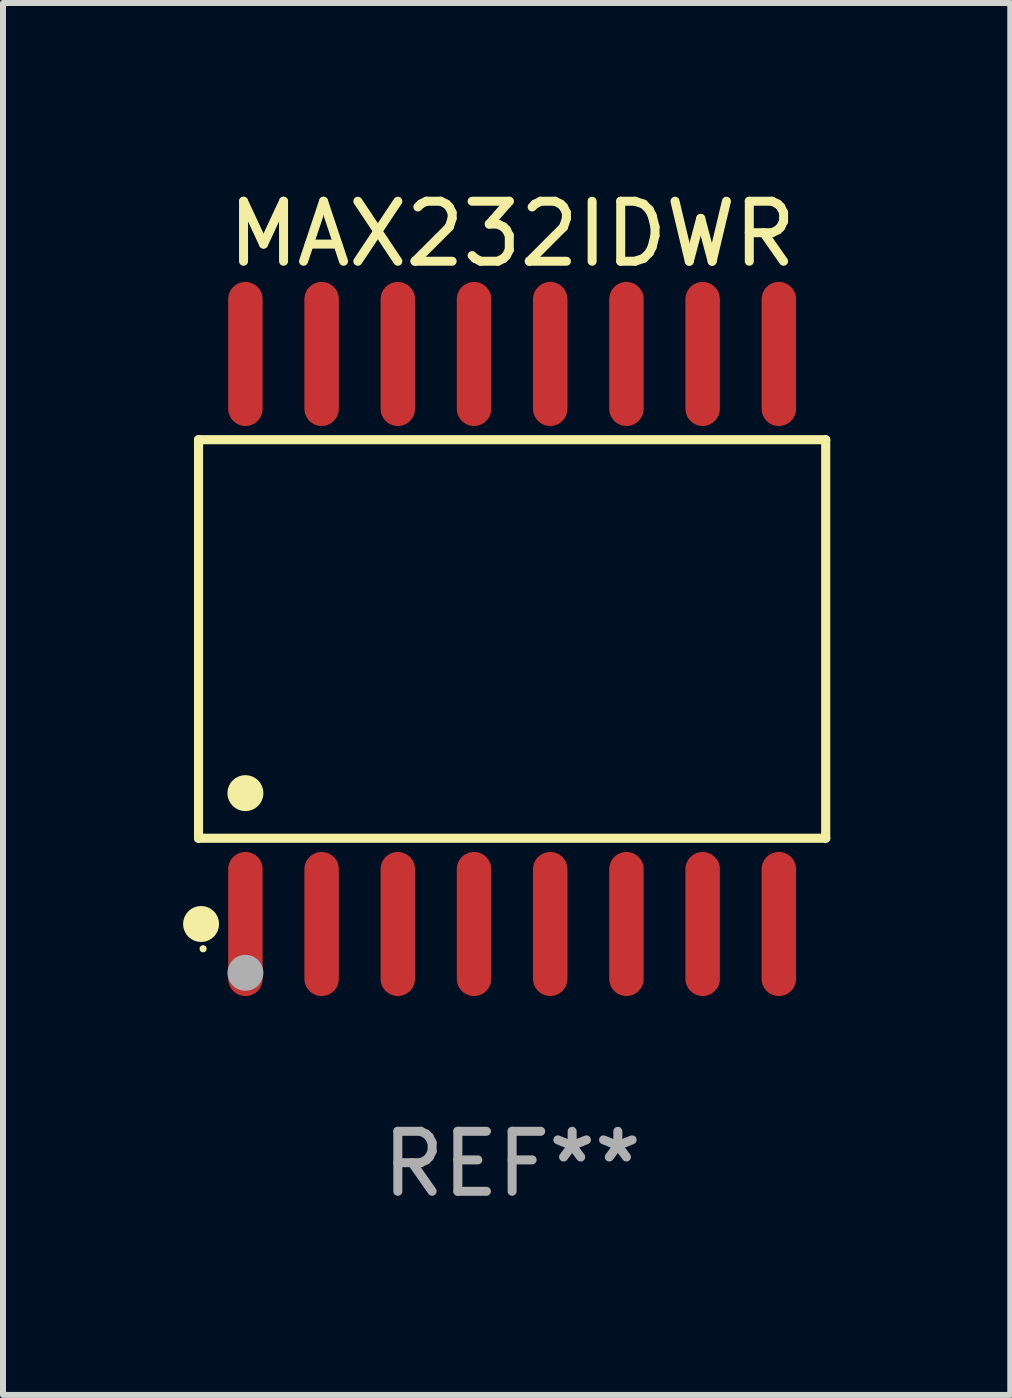
<source format=kicad_pcb>
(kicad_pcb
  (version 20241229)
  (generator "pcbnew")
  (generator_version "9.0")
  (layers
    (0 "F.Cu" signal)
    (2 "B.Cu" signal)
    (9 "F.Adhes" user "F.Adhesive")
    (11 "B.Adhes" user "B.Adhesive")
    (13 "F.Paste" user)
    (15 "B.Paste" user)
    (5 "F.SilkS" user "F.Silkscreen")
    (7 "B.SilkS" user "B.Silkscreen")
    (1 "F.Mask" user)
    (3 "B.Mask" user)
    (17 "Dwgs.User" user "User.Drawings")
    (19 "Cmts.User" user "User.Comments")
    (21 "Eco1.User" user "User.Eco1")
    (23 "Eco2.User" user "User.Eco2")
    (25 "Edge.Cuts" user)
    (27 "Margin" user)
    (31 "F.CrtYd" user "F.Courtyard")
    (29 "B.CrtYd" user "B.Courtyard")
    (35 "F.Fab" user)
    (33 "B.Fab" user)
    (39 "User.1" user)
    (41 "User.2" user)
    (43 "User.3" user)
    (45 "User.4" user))
  (footprint "MAX232IDWR"
    (layer "F.Cu")
    (at 5.485 7.599)
    (property "Reference" "MAX232IDWR" (at 0 -6.75 0) (layer "F.SilkS") (effects (font (size 1 1) (thickness 0.15))))
    (attr through_hole)
    (fp_line (start -5.226 -3.321) (end 5.226 -3.321) (stroke (width 0.152) (type solid)) (layer "F.SilkS"))
    (fp_line (start -5.226 3.321) (end -5.226 -3.321) (stroke (width 0.152) (type solid)) (layer "F.SilkS"))
    (fp_line (start 5.226 -3.321) (end 5.226 3.321) (stroke (width 0.152) (type solid)) (layer "F.SilkS"))
    (fp_line (start 5.226 3.321) (end -5.226 3.321) (stroke (width 0.152) (type solid)) (layer "F.SilkS"))
    (fp_circle (center -5.184 4.75) (end -5.034 4.75) (stroke (width 0.3) (type solid)) (fill no) (layer "F.SilkS"))
    (fp_circle (center -5.15 5.163) (end -5.12 5.163) (stroke (width 0.06) (type solid)) (fill no) (layer "F.SilkS"))
    (fp_circle (center -4.445 2.569) (end -4.295 2.569) (stroke (width 0.3) (type solid)) (fill no) (layer "F.SilkS"))
    (fp_circle (center -4.445 5.563) (end -4.295 5.563) (stroke (width 0.3) (type solid)) (fill no) (layer "F.Fab"))
    (fp_text user "REF**" (at 0 8.75 0) (layer "F.Fab") (effects (font (size 1 1) (thickness 0.15))))
    (pad "1" smd oval (at -4.445 4.75) (size 0.574 2.401) (layers "F.Cu" "F.Mask" "F.Paste"))
    (pad "2" smd oval (at -3.175 4.75) (size 0.574 2.401) (layers "F.Cu" "F.Mask" "F.Paste"))
    (pad "3" smd oval (at -1.905 4.75) (size 0.574 2.401) (layers "F.Cu" "F.Mask" "F.Paste"))
    (pad "4" smd oval (at -0.635 4.75) (size 0.574 2.401) (layers "F.Cu" "F.Mask" "F.Paste"))
    (pad "5" smd oval (at 0.635 4.75) (size 0.574 2.401) (layers "F.Cu" "F.Mask" "F.Paste"))
    (pad "6" smd oval (at 1.905 4.75) (size 0.574 2.401) (layers "F.Cu" "F.Mask" "F.Paste"))
    (pad "7" smd oval (at 3.175 4.75) (size 0.574 2.401) (layers "F.Cu" "F.Mask" "F.Paste"))
    (pad "8" smd oval (at 4.445 4.75) (size 0.574 2.401) (layers "F.Cu" "F.Mask" "F.Paste"))
    (pad "9" smd oval (at 4.445 -4.75) (size 0.574 2.401) (layers "F.Cu" "F.Mask" "F.Paste"))
    (pad "10" smd oval (at 3.175 -4.75) (size 0.574 2.401) (layers "F.Cu" "F.Mask" "F.Paste"))
    (pad "11" smd oval (at 1.905 -4.75) (size 0.574 2.401) (layers "F.Cu" "F.Mask" "F.Paste"))
    (pad "12" smd oval (at 0.635 -4.75) (size 0.574 2.401) (layers "F.Cu" "F.Mask" "F.Paste"))
    (pad "13" smd oval (at -0.635 -4.75) (size 0.574 2.401) (layers "F.Cu" "F.Mask" "F.Paste"))
    (pad "14" smd oval (at -1.905 -4.75) (size 0.574 2.401) (layers "F.Cu" "F.Mask" "F.Paste"))
    (pad "15" smd oval (at -3.175 -4.75) (size 0.574 2.401) (layers "F.Cu" "F.Mask" "F.Paste"))
    (pad "16" smd oval (at -4.445 -4.75) (size 0.574 2.401) (layers "F.Cu" "F.Mask" "F.Paste")))
  (gr_rect
    (start -3 -3)
    (end 13.787 20.197)
    (stroke (width 0.1) (type default))
    (fill no)
    (layer "Edge.Cuts")))
</source>
